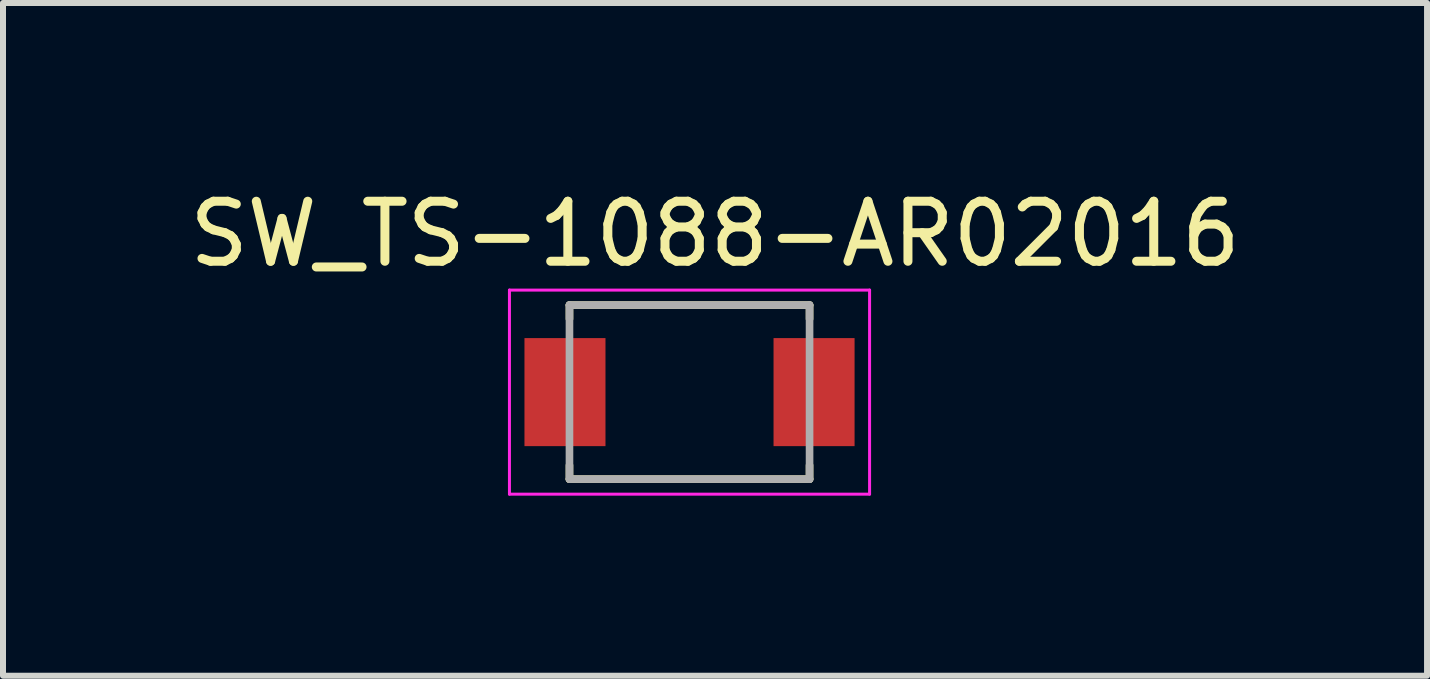
<source format=kicad_pcb>
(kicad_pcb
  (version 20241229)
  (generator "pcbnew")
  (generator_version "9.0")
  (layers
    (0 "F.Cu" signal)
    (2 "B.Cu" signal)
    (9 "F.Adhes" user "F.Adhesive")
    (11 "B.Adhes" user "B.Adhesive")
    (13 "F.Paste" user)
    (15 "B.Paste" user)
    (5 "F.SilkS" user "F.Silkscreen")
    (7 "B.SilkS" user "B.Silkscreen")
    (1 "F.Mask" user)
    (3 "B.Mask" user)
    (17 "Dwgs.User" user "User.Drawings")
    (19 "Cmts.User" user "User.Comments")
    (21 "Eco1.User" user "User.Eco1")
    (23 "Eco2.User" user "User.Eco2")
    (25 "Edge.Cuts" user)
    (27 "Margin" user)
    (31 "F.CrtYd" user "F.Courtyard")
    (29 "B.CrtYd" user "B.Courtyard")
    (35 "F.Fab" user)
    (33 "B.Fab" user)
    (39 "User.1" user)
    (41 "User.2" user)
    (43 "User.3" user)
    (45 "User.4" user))
  (footprint "SW_TS-1088-AR02016"
    (layer "F.Cu")
    (at 8.438 3.483)
    (property "Reference" "SW_TS-1088-AR02016" (at 0.425 -2.635 0) (layer "F.SilkS") (effects (font (size 1 1) (thickness 0.15))))
    (attr smd)
    (fp_line (start -2 -1.45) (end 2 -1.45) (stroke (width 0.127) (type solid)) (layer "F.SilkS"))
    (fp_line (start -2 -1.22) (end -2 -1.45) (stroke (width 0.127) (type solid)) (layer "F.SilkS"))
    (fp_line (start -2 1.45) (end -2 1.22) (stroke (width 0.127) (type solid)) (layer "F.SilkS"))
    (fp_line (start 2 -1.45) (end 2 -1.22) (stroke (width 0.127) (type solid)) (layer "F.SilkS"))
    (fp_line (start 2 1.45) (end -2 1.45) (stroke (width 0.127) (type solid)) (layer "F.SilkS"))
    (fp_line (start 2 1.45) (end 2 1.22) (stroke (width 0.127) (type solid)) (layer "F.SilkS"))
    (fp_line (start -3 -1.7) (end -3 1.7) (stroke (width 0.05) (type solid)) (layer "F.CrtYd"))
    (fp_line (start -3 1.7) (end 3 1.7) (stroke (width 0.05) (type solid)) (layer "F.CrtYd"))
    (fp_line (start 3 -1.7) (end -3 -1.7) (stroke (width 0.05) (type solid)) (layer "F.CrtYd"))
    (fp_line (start 3 1.7) (end 3 -1.7) (stroke (width 0.05) (type solid)) (layer "F.CrtYd"))
    (fp_line (start -2 -1.45) (end 2 -1.45) (stroke (width 0.127) (type solid)) (layer "F.Fab"))
    (fp_line (start -2 1.45) (end -2 -1.45) (stroke (width 0.127) (type solid)) (layer "F.Fab"))
    (fp_line (start 2 -1.45) (end 2 1.45) (stroke (width 0.127) (type solid)) (layer "F.Fab"))
    (fp_line (start 2 1.45) (end -2 1.45) (stroke (width 0.127) (type solid)) (layer "F.Fab"))
    (pad "1" smd rect (at -2.075 0) (size 1.35 1.8) (layers "F.Cu" "F.Mask" "F.Paste"))
    (pad "2" smd rect (at 2.075 0) (size 1.35 1.8) (layers "F.Cu" "F.Mask" "F.Paste")))
  (gr_rect
    (start -3 -3)
    (end 20.726 8.208)
    (stroke (width 0.1) (type default))
    (fill no)
    (layer "Edge.Cuts")))
</source>
